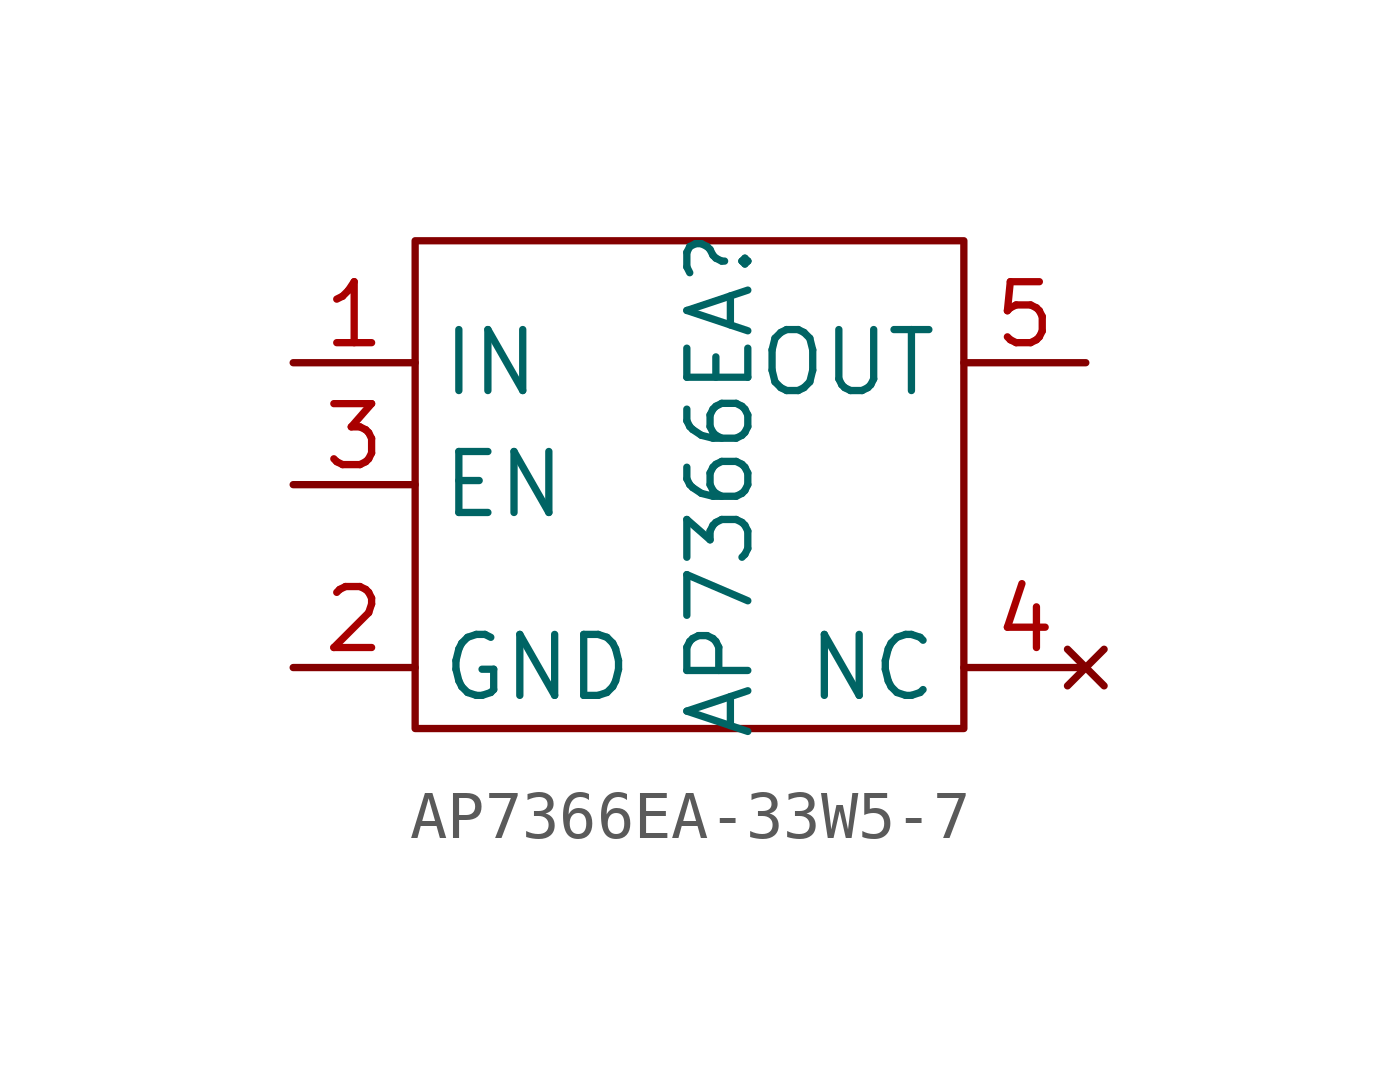
<source format=kicad_sym>
(kicad_symbol_lib
  (version 20220914)
  (generator kicad_symbol_editor)
  (symbol "AP7366EA-33W5-7"
    (property "Reference" "AP7366EA"
      (at 0 0 90)
      (effects (font (size 1.27 1.27))))
    (property "Value" ""
      (at 0 0 0)
      (effects (font (size 1.27 1.27))))
    (symbol "AP7366EA-33W5-7_0_1"
      (rectangle (start -6.35 5.08) (end 5.08 -5.08) (stroke (width 0) (type default)) (fill (type none))))
    (symbol "AP7366EA-33W5-7_1_1"
      (pin input line (at -8.89 2.54 0) (length 2.54) (name "IN" (effects (font (size 1.27 1.27)))) (number "1" (effects (font (size 1.27 1.27)))))
      (pin input line (at -8.89 -3.81 0) (length 2.54) (name "GND" (effects (font (size 1.27 1.27)))) (number "2" (effects (font (size 1.27 1.27)))))
      (pin input line (at -8.89 0 0) (length 2.54) (name "EN" (effects (font (size 1.27 1.27)))) (number "3" (effects (font (size 1.27 1.27)))))
      (pin no_connect line (at 7.62 -3.81 180) (length 2.54) (name "NC" (effects (font (size 1.27 1.27)))) (number "4" (effects (font (size 1.27 1.27)))))
      (pin output line (at 7.62 2.54 180) (length 2.54) (name "OUT" (effects (font (size 1.27 1.27)))) (number "5" (effects (font (size 1.27 1.27))))))))
</source>
